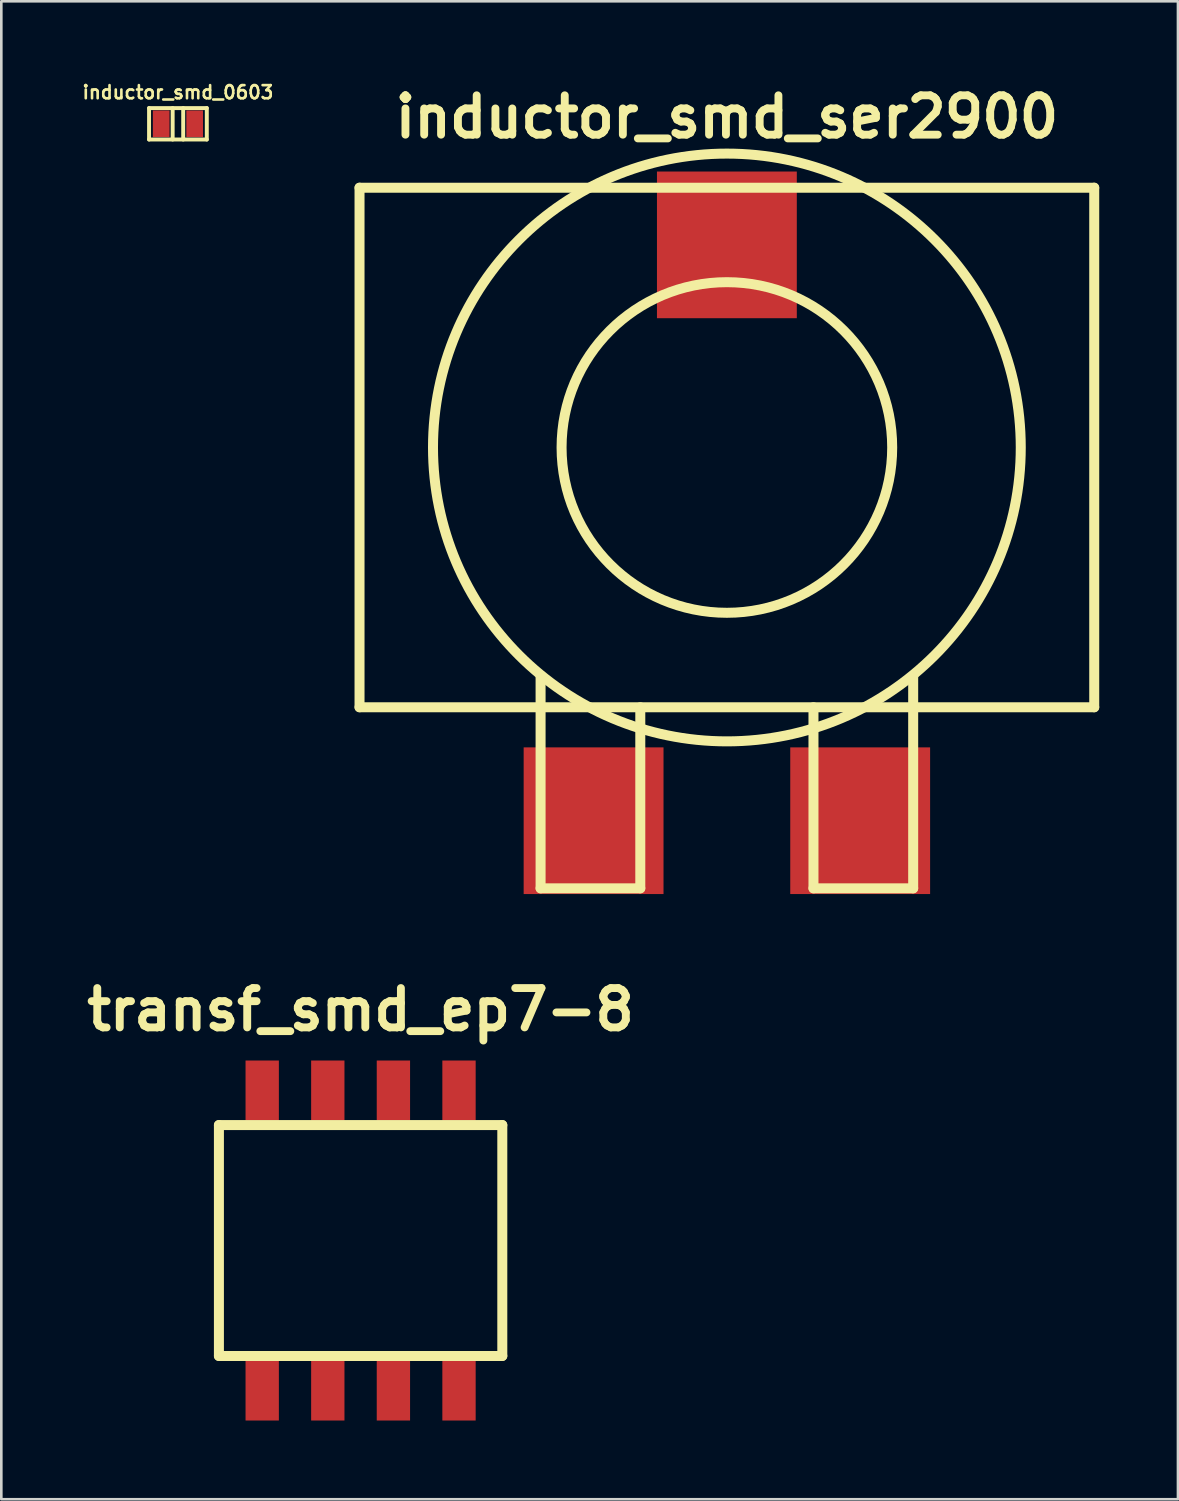
<source format=kicad_pcb>
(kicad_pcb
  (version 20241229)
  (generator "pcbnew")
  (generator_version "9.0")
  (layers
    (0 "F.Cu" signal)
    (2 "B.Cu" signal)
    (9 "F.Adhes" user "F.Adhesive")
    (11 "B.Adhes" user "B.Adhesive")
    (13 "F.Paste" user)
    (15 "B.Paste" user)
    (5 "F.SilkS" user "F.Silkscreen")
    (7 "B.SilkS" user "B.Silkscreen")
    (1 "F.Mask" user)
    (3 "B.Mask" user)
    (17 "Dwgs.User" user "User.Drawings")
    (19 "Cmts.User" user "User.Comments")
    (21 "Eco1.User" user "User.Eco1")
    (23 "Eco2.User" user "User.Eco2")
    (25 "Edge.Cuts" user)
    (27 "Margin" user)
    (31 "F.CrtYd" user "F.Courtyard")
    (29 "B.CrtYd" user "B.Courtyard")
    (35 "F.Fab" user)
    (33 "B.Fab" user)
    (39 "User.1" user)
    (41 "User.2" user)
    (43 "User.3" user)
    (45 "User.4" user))
  (footprint "transf_smd_ep7-8"
    (layer "F.Cu")
    (at 10.693 44.227)
    (property "Reference" "transf_smd_ep7-8" (at 0 -8.8 0) (layer "F.SilkS") (effects (font (size 1.5 1.5) (thickness 0.3))))
    (attr through_hole)
    (fp_line (start -5.4 -4.4) (end -5.4 4.4) (stroke (width 0.381) (type solid)) (layer "F.SilkS"))
    (fp_line (start -5.4 4.4) (end 5.4 4.4) (stroke (width 0.381) (type solid)) (layer "F.SilkS"))
    (fp_line (start 5.4 -4.4) (end -5.4 -4.4) (stroke (width 0.381) (type solid)) (layer "F.SilkS"))
    (fp_line (start 5.4 4.4) (end 5.4 -4.4) (stroke (width 0.381) (type solid)) (layer "F.SilkS"))
    (pad "1" smd rect (at 3.75 5.715) (size 1.27 2.29) (layers "F.Cu" "F.Mask" "F.Paste"))
    (pad "2" smd rect (at 1.25 5.715) (size 1.27 2.29) (layers "F.Cu" "F.Mask" "F.Paste"))
    (pad "3" smd rect (at -1.25 5.715) (size 1.27 2.29) (layers "F.Cu" "F.Mask" "F.Paste"))
    (pad "4" smd rect (at -3.75 5.715) (size 1.27 2.29) (layers "F.Cu" "F.Mask" "F.Paste"))
    (pad "5" smd rect (at -3.75 -5.715) (size 1.27 2.29) (layers "F.Cu" "F.Mask" "F.Paste"))
    (pad "6" smd rect (at -1.25 -5.715) (size 1.27 2.29) (layers "F.Cu" "F.Mask" "F.Paste"))
    (pad "7" smd rect (at 1.25 -5.715) (size 1.27 2.29) (layers "F.Cu" "F.Mask" "F.Paste"))
    (pad "8" smd rect (at 3.75 -5.715) (size 1.27 2.29) (layers "F.Cu" "F.Mask" "F.Paste")))
  (footprint "inductor_smd_0603"
    (layer "F.Cu")
    (at 3.731 1.668)
    (property "Reference" "inductor_smd_0603" (at 0 -1.2 0) (layer "F.SilkS") (effects (font (size 0.5 0.5) (thickness 0.1))))
    (attr through_hole)
    (fp_line (start -1.1 -0.599) (end 1.1 -0.599) (stroke (width 0.15) (type solid)) (layer "F.SilkS"))
    (fp_line (start -1.1 0.599) (end -1.1 -0.599) (stroke (width 0.15) (type solid)) (layer "F.SilkS"))
    (fp_line (start -0.201 -0.599) (end -0.201 0.599) (stroke (width 0.15) (type solid)) (layer "F.SilkS"))
    (fp_line (start 0.201 0.599) (end 0.201 -0.599) (stroke (width 0.15) (type solid)) (layer "F.SilkS"))
    (fp_line (start 1.1 -0.599) (end 1.1 0.599) (stroke (width 0.15) (type solid)) (layer "F.SilkS"))
    (fp_line (start 1.1 0.599) (end -1.1 0.599) (stroke (width 0.15) (type solid)) (layer "F.SilkS"))
    (pad "1" smd rect (at -0.638 0) (size 0.635 1.016) (layers "F.Cu" "F.Mask" "F.Paste"))
    (pad "2" smd rect (at 0.638 0) (size 0.635 1.016) (layers "F.Cu" "F.Mask" "F.Paste")))
  (footprint "inductor_smd_ser2900"
    (layer "F.Cu")
    (at 24.652 14.004)
    (property "Reference" "inductor_smd_ser2900" (at 0 -12.6 0) (layer "F.SilkS") (effects (font (size 1.5 1.5) (thickness 0.3))))
    (attr through_hole)
    (fp_line (start -14 -9.9) (end -14 9.9) (stroke (width 0.381) (type solid)) (layer "F.SilkS"))
    (fp_line (start -14 -9.9) (end 14 -9.9) (stroke (width 0.381) (type solid)) (layer "F.SilkS"))
    (fp_line (start -14 9.9) (end 14 9.9) (stroke (width 0.381) (type solid)) (layer "F.SilkS"))
    (fp_line (start -7.1 16.8) (end -7.1 8.7) (stroke (width 0.381) (type solid)) (layer "F.SilkS"))
    (fp_line (start -3.3 9.9) (end -3.3 16.8) (stroke (width 0.381) (type solid)) (layer "F.SilkS"))
    (fp_line (start -3.3 16.8) (end -7.1 16.8) (stroke (width 0.381) (type solid)) (layer "F.SilkS"))
    (fp_line (start 3.3 9.9) (end 3.3 16.8) (stroke (width 0.381) (type solid)) (layer "F.SilkS"))
    (fp_line (start 3.3 16.8) (end 7.1 16.8) (stroke (width 0.381) (type solid)) (layer "F.SilkS"))
    (fp_line (start 7.1 16.8) (end 7.1 8.7) (stroke (width 0.381) (type solid)) (layer "F.SilkS"))
    (fp_line (start 14 9.9) (end 14 -9.9) (stroke (width 0.381) (type solid)) (layer "F.SilkS"))
    (fp_circle (center 0 0) (end 6.3 0) (stroke (width 0.381) (type solid)) (fill no) (layer "F.SilkS"))
    (fp_circle (center 0 0) (end 11.2 0) (stroke (width 0.381) (type solid)) (fill no) (layer "F.SilkS"))
    (pad "" smd rect (at 0 -7.722) (size 5.33 5.59) (layers "F.Cu" "F.Mask" "F.Paste"))
    (pad "1" smd rect (at -5.08 14.224) (size 5.33 5.59) (layers "F.Cu" "F.Mask" "F.Paste"))
    (pad "2" smd rect (at 5.08 14.224) (size 5.33 5.59) (layers "F.Cu" "F.Mask" "F.Paste")))
  (gr_rect
    (start -3 -3)
    (end 41.843 54.087)
    (stroke (width 0.1) (type default))
    (fill no)
    (layer "Edge.Cuts")))
</source>
